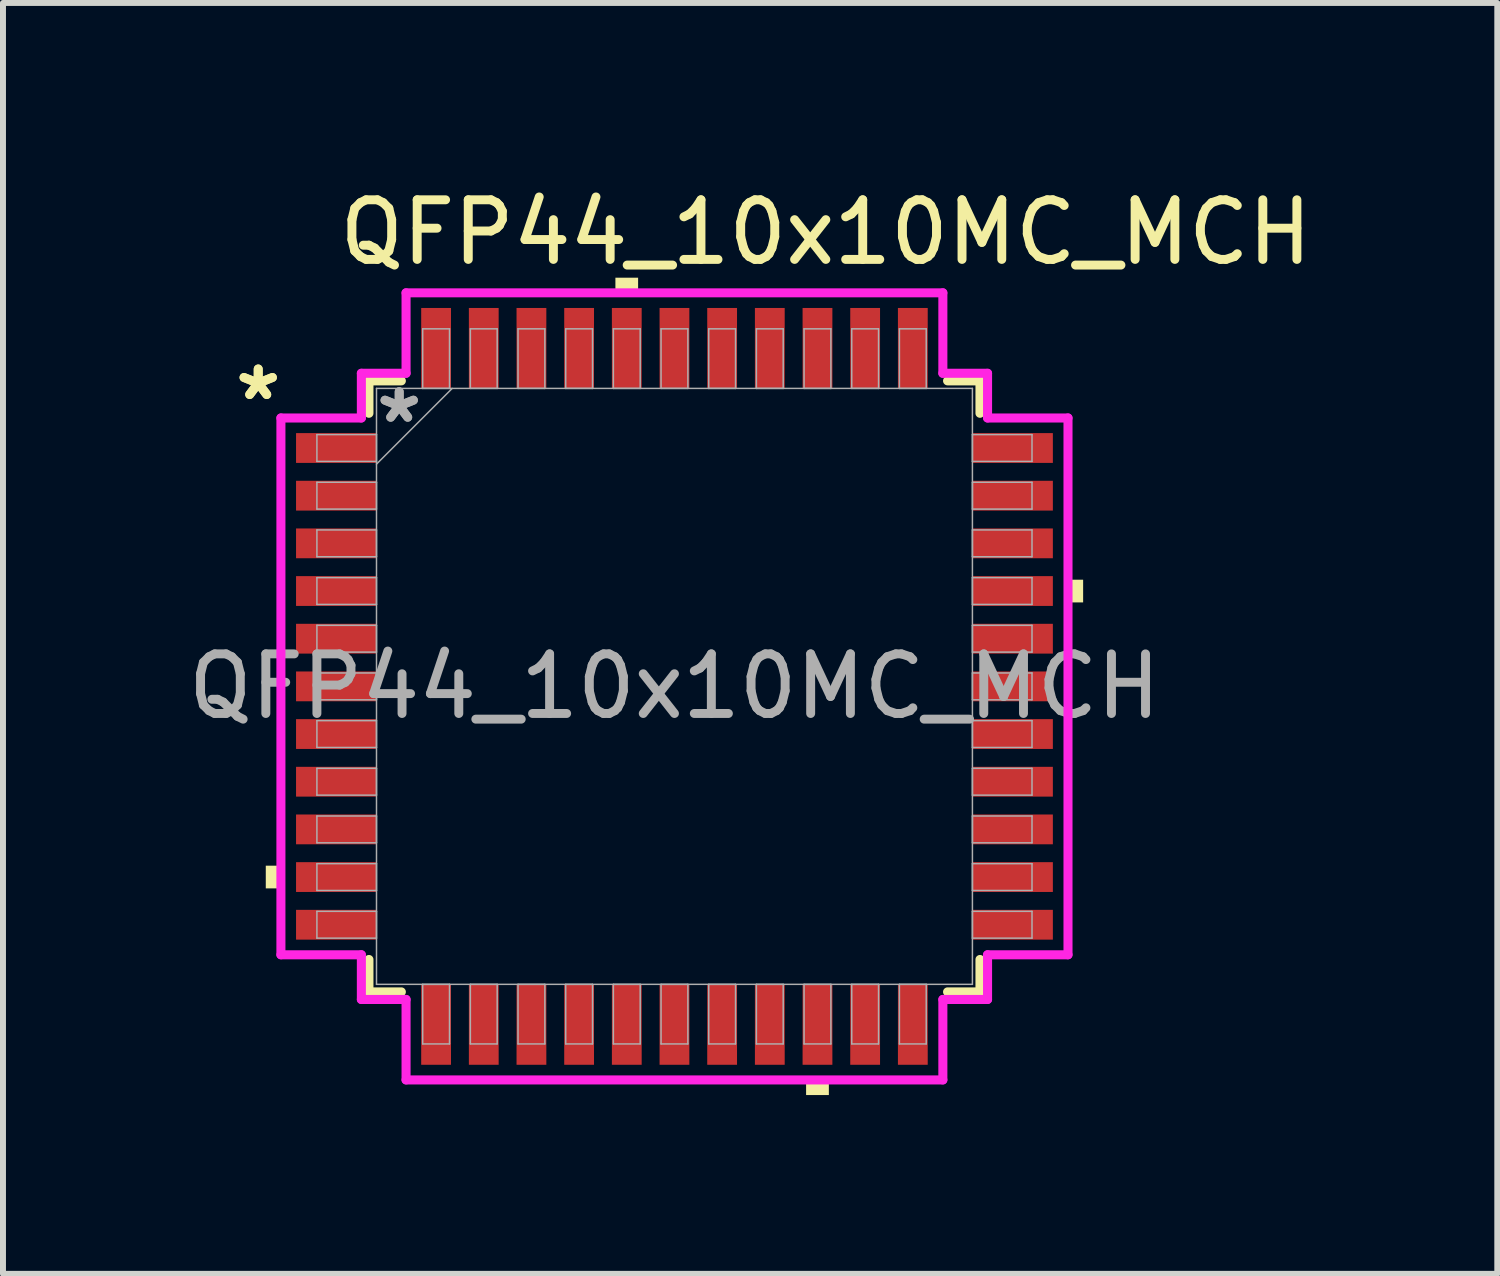
<source format=kicad_pcb>
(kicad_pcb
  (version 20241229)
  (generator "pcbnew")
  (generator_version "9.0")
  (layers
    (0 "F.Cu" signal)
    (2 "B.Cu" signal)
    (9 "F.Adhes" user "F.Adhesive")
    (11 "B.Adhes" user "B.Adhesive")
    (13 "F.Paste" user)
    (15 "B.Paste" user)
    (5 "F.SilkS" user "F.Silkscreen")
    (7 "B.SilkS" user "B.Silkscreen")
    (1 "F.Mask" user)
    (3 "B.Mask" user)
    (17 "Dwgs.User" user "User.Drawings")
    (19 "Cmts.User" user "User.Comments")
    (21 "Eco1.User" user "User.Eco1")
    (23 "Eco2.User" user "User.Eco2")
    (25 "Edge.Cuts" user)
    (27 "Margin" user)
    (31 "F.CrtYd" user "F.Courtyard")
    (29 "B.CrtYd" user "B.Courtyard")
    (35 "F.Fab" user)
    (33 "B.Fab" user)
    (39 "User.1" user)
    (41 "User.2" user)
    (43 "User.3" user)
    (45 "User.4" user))
  (footprint "QFP44_10x10MC_MCH"
    (layer "F.Cu")
    (at 8.268 8.468)
    (property "Reference" "QFP44_10x10MC_MCH" (at 2.54 -7.62 0) (unlocked yes) (layer "F.SilkS") (effects (font (size 1 1) (thickness 0.15))))
    (attr smd)
    (fp_line (start -5.127 -5.127) (end -5.127 -4.583) (stroke (width 0.152) (type solid)) (layer "F.SilkS"))
    (fp_line (start -5.127 4.583) (end -5.127 5.127) (stroke (width 0.152) (type solid)) (layer "F.SilkS"))
    (fp_line (start -5.127 5.127) (end -4.583 5.127) (stroke (width 0.152) (type solid)) (layer "F.SilkS"))
    (fp_line (start -4.583 -5.127) (end -5.127 -5.127) (stroke (width 0.152) (type solid)) (layer "F.SilkS"))
    (fp_line (start 4.583 5.127) (end 5.127 5.127) (stroke (width 0.152) (type solid)) (layer "F.SilkS"))
    (fp_line (start 5.127 -5.127) (end 4.583 -5.127) (stroke (width 0.152) (type solid)) (layer "F.SilkS"))
    (fp_line (start 5.127 -4.583) (end 5.127 -5.127) (stroke (width 0.152) (type solid)) (layer "F.SilkS"))
    (fp_line (start 5.127 5.127) (end 5.127 4.583) (stroke (width 0.152) (type solid)) (layer "F.SilkS"))
    (fp_poly (pts (xy -6.858 3.009) (xy -6.858 3.39) (xy -6.604 3.39) (xy -6.604 3.009)) (stroke (width 0) (type solid)) (fill yes) (layer "F.SilkS"))
    (fp_poly (pts (xy -0.991 -6.604) (xy -0.991 -6.858) (xy -0.61 -6.858) (xy -0.61 -6.604)) (stroke (width 0) (type solid)) (fill yes) (layer "F.SilkS"))
    (fp_poly (pts (xy 2.209 6.604) (xy 2.209 6.858) (xy 2.591 6.858) (xy 2.591 6.604)) (stroke (width 0) (type solid)) (fill yes) (layer "F.SilkS"))
    (fp_poly (pts (xy 6.858 -1.79) (xy 6.858 -1.409) (xy 6.604 -1.409) (xy 6.604 -1.79)) (stroke (width 0) (type solid)) (fill yes) (layer "F.SilkS"))
    (fp_line (start -6.604 -4.504) (end -5.254 -4.504) (stroke (width 0.152) (type solid)) (layer "F.CrtYd"))
    (fp_line (start -6.604 4.504) (end -6.604 -4.504) (stroke (width 0.152) (type solid)) (layer "F.CrtYd"))
    (fp_line (start -5.254 -5.254) (end -4.504 -5.254) (stroke (width 0.152) (type solid)) (layer "F.CrtYd"))
    (fp_line (start -5.254 -4.504) (end -5.254 -5.254) (stroke (width 0.152) (type solid)) (layer "F.CrtYd"))
    (fp_line (start -5.254 4.504) (end -6.604 4.504) (stroke (width 0.152) (type solid)) (layer "F.CrtYd"))
    (fp_line (start -5.254 5.254) (end -5.254 4.504) (stroke (width 0.152) (type solid)) (layer "F.CrtYd"))
    (fp_line (start -5.254 5.254) (end -4.504 5.254) (stroke (width 0.152) (type solid)) (layer "F.CrtYd"))
    (fp_line (start -4.504 -6.604) (end 4.504 -6.604) (stroke (width 0.152) (type solid)) (layer "F.CrtYd"))
    (fp_line (start -4.504 -5.254) (end -4.504 -6.604) (stroke (width 0.152) (type solid)) (layer "F.CrtYd"))
    (fp_line (start -4.504 5.254) (end -4.504 6.604) (stroke (width 0.152) (type solid)) (layer "F.CrtYd"))
    (fp_line (start -4.504 6.604) (end 4.504 6.604) (stroke (width 0.152) (type solid)) (layer "F.CrtYd"))
    (fp_line (start 4.504 -6.604) (end 4.504 -5.254) (stroke (width 0.152) (type solid)) (layer "F.CrtYd"))
    (fp_line (start 4.504 -5.254) (end 5.254 -5.254) (stroke (width 0.152) (type solid)) (layer "F.CrtYd"))
    (fp_line (start 4.504 5.254) (end 5.254 5.254) (stroke (width 0.152) (type solid)) (layer "F.CrtYd"))
    (fp_line (start 4.504 6.604) (end 4.504 5.254) (stroke (width 0.152) (type solid)) (layer "F.CrtYd"))
    (fp_line (start 5.254 -4.504) (end 5.254 -5.254) (stroke (width 0.152) (type solid)) (layer "F.CrtYd"))
    (fp_line (start 5.254 4.504) (end 6.604 4.504) (stroke (width 0.152) (type solid)) (layer "F.CrtYd"))
    (fp_line (start 5.254 5.254) (end 5.254 4.504) (stroke (width 0.152) (type solid)) (layer "F.CrtYd"))
    (fp_line (start 6.604 -4.504) (end 5.254 -4.504) (stroke (width 0.152) (type solid)) (layer "F.CrtYd"))
    (fp_line (start 6.604 4.504) (end 6.604 -4.504) (stroke (width 0.152) (type solid)) (layer "F.CrtYd"))
    (fp_line (start -6 -4.225) (end -6 -3.775) (stroke (width 0.025) (type solid)) (layer "F.Fab"))
    (fp_line (start -6 -3.775) (end -5 -3.775) (stroke (width 0.025) (type solid)) (layer "F.Fab"))
    (fp_line (start -6 -3.425) (end -6 -2.975) (stroke (width 0.025) (type solid)) (layer "F.Fab"))
    (fp_line (start -6 -2.975) (end -5 -2.975) (stroke (width 0.025) (type solid)) (layer "F.Fab"))
    (fp_line (start -6 -2.625) (end -6 -2.175) (stroke (width 0.025) (type solid)) (layer "F.Fab"))
    (fp_line (start -6 -2.175) (end -5 -2.175) (stroke (width 0.025) (type solid)) (layer "F.Fab"))
    (fp_line (start -6 -1.825) (end -6 -1.375) (stroke (width 0.025) (type solid)) (layer "F.Fab"))
    (fp_line (start -6 -1.375) (end -5 -1.375) (stroke (width 0.025) (type solid)) (layer "F.Fab"))
    (fp_line (start -6 -1.025) (end -6 -0.575) (stroke (width 0.025) (type solid)) (layer "F.Fab"))
    (fp_line (start -6 -0.575) (end -5 -0.575) (stroke (width 0.025) (type solid)) (layer "F.Fab"))
    (fp_line (start -6 -0.225) (end -6 0.225) (stroke (width 0.025) (type solid)) (layer "F.Fab"))
    (fp_line (start -6 0.225) (end -5 0.225) (stroke (width 0.025) (type solid)) (layer "F.Fab"))
    (fp_line (start -6 0.575) (end -6 1.025) (stroke (width 0.025) (type solid)) (layer "F.Fab"))
    (fp_line (start -6 1.025) (end -5 1.025) (stroke (width 0.025) (type solid)) (layer "F.Fab"))
    (fp_line (start -6 1.375) (end -6 1.825) (stroke (width 0.025) (type solid)) (layer "F.Fab"))
    (fp_line (start -6 1.825) (end -5 1.825) (stroke (width 0.025) (type solid)) (layer "F.Fab"))
    (fp_line (start -6 2.175) (end -6 2.625) (stroke (width 0.025) (type solid)) (layer "F.Fab"))
    (fp_line (start -6 2.625) (end -5 2.625) (stroke (width 0.025) (type solid)) (layer "F.Fab"))
    (fp_line (start -6 2.975) (end -6 3.425) (stroke (width 0.025) (type solid)) (layer "F.Fab"))
    (fp_line (start -6 3.425) (end -5 3.425) (stroke (width 0.025) (type solid)) (layer "F.Fab"))
    (fp_line (start -6 3.775) (end -6 4.225) (stroke (width 0.025) (type solid)) (layer "F.Fab"))
    (fp_line (start -6 4.225) (end -5 4.225) (stroke (width 0.025) (type solid)) (layer "F.Fab"))
    (fp_line (start -5 -5) (end -5 5) (stroke (width 0.025) (type solid)) (layer "F.Fab"))
    (fp_line (start -5 -4.225) (end -6 -4.225) (stroke (width 0.025) (type solid)) (layer "F.Fab"))
    (fp_line (start -5 -3.775) (end -5 -4.225) (stroke (width 0.025) (type solid)) (layer "F.Fab"))
    (fp_line (start -5 -3.73) (end -3.73 -5) (stroke (width 0.025) (type solid)) (layer "F.Fab"))
    (fp_line (start -5 -3.425) (end -6 -3.425) (stroke (width 0.025) (type solid)) (layer "F.Fab"))
    (fp_line (start -5 -2.975) (end -5 -3.425) (stroke (width 0.025) (type solid)) (layer "F.Fab"))
    (fp_line (start -5 -2.625) (end -6 -2.625) (stroke (width 0.025) (type solid)) (layer "F.Fab"))
    (fp_line (start -5 -2.175) (end -5 -2.625) (stroke (width 0.025) (type solid)) (layer "F.Fab"))
    (fp_line (start -5 -1.825) (end -6 -1.825) (stroke (width 0.025) (type solid)) (layer "F.Fab"))
    (fp_line (start -5 -1.375) (end -5 -1.825) (stroke (width 0.025) (type solid)) (layer "F.Fab"))
    (fp_line (start -5 -1.025) (end -6 -1.025) (stroke (width 0.025) (type solid)) (layer "F.Fab"))
    (fp_line (start -5 -0.575) (end -5 -1.025) (stroke (width 0.025) (type solid)) (layer "F.Fab"))
    (fp_line (start -5 -0.225) (end -6 -0.225) (stroke (width 0.025) (type solid)) (layer "F.Fab"))
    (fp_line (start -5 0.225) (end -5 -0.225) (stroke (width 0.025) (type solid)) (layer "F.Fab"))
    (fp_line (start -5 0.575) (end -6 0.575) (stroke (width 0.025) (type solid)) (layer "F.Fab"))
    (fp_line (start -5 1.025) (end -5 0.575) (stroke (width 0.025) (type solid)) (layer "F.Fab"))
    (fp_line (start -5 1.375) (end -6 1.375) (stroke (width 0.025) (type solid)) (layer "F.Fab"))
    (fp_line (start -5 1.825) (end -5 1.375) (stroke (width 0.025) (type solid)) (layer "F.Fab"))
    (fp_line (start -5 2.175) (end -6 2.175) (stroke (width 0.025) (type solid)) (layer "F.Fab"))
    (fp_line (start -5 2.625) (end -5 2.175) (stroke (width 0.025) (type solid)) (layer "F.Fab"))
    (fp_line (start -5 2.975) (end -6 2.975) (stroke (width 0.025) (type solid)) (layer "F.Fab"))
    (fp_line (start -5 3.425) (end -5 2.975) (stroke (width 0.025) (type solid)) (layer "F.Fab"))
    (fp_line (start -5 3.775) (end -6 3.775) (stroke (width 0.025) (type solid)) (layer "F.Fab"))
    (fp_line (start -5 4.225) (end -5 3.775) (stroke (width 0.025) (type solid)) (layer "F.Fab"))
    (fp_line (start -5 5) (end 5 5) (stroke (width 0.025) (type solid)) (layer "F.Fab"))
    (fp_line (start -4.225 5) (end -4.225 6) (stroke (width 0.025) (type solid)) (layer "F.Fab"))
    (fp_line (start -4.225 6) (end -3.775 6) (stroke (width 0.025) (type solid)) (layer "F.Fab"))
    (fp_line (start -4.225 -6) (end -4.225 -5) (stroke (width 0.025) (type solid)) (layer "F.Fab"))
    (fp_line (start -4.225 -5) (end -3.775 -5) (stroke (width 0.025) (type solid)) (layer "F.Fab"))
    (fp_line (start -3.775 5) (end -4.225 5) (stroke (width 0.025) (type solid)) (layer "F.Fab"))
    (fp_line (start -3.775 6) (end -3.775 5) (stroke (width 0.025) (type solid)) (layer "F.Fab"))
    (fp_line (start -3.775 -6) (end -4.225 -6) (stroke (width 0.025) (type solid)) (layer "F.Fab"))
    (fp_line (start -3.775 -5) (end -3.775 -6) (stroke (width 0.025) (type solid)) (layer "F.Fab"))
    (fp_line (start -3.425 -6) (end -3.425 -5) (stroke (width 0.025) (type solid)) (layer "F.Fab"))
    (fp_line (start -3.425 -5) (end -2.975 -5) (stroke (width 0.025) (type solid)) (layer "F.Fab"))
    (fp_line (start -3.425 5) (end -3.425 6) (stroke (width 0.025) (type solid)) (layer "F.Fab"))
    (fp_line (start -3.425 6) (end -2.975 6) (stroke (width 0.025) (type solid)) (layer "F.Fab"))
    (fp_line (start -2.975 5) (end -3.425 5) (stroke (width 0.025) (type solid)) (layer "F.Fab"))
    (fp_line (start -2.975 6) (end -2.975 5) (stroke (width 0.025) (type solid)) (layer "F.Fab"))
    (fp_line (start -2.975 -6) (end -3.425 -6) (stroke (width 0.025) (type solid)) (layer "F.Fab"))
    (fp_line (start -2.975 -5) (end -2.975 -6) (stroke (width 0.025) (type solid)) (layer "F.Fab"))
    (fp_line (start -2.625 -6) (end -2.625 -5) (stroke (width 0.025) (type solid)) (layer "F.Fab"))
    (fp_line (start -2.625 -5) (end -2.175 -5) (stroke (width 0.025) (type solid)) (layer "F.Fab"))
    (fp_line (start -2.625 5) (end -2.625 6) (stroke (width 0.025) (type solid)) (layer "F.Fab"))
    (fp_line (start -2.625 6) (end -2.175 6) (stroke (width 0.025) (type solid)) (layer "F.Fab"))
    (fp_line (start -2.175 -6) (end -2.625 -6) (stroke (width 0.025) (type solid)) (layer "F.Fab"))
    (fp_line (start -2.175 -5) (end -2.175 -6) (stroke (width 0.025) (type solid)) (layer "F.Fab"))
    (fp_line (start -2.175 5) (end -2.625 5) (stroke (width 0.025) (type solid)) (layer "F.Fab"))
    (fp_line (start -2.175 6) (end -2.175 5) (stroke (width 0.025) (type solid)) (layer "F.Fab"))
    (fp_line (start -1.825 -6) (end -1.825 -5) (stroke (width 0.025) (type solid)) (layer "F.Fab"))
    (fp_line (start -1.825 -5) (end -1.375 -5) (stroke (width 0.025) (type solid)) (layer "F.Fab"))
    (fp_line (start -1.825 5) (end -1.825 6) (stroke (width 0.025) (type solid)) (layer "F.Fab"))
    (fp_line (start -1.825 6) (end -1.375 6) (stroke (width 0.025) (type solid)) (layer "F.Fab"))
    (fp_line (start -1.375 -6) (end -1.825 -6) (stroke (width 0.025) (type solid)) (layer "F.Fab"))
    (fp_line (start -1.375 -5) (end -1.375 -6) (stroke (width 0.025) (type solid)) (layer "F.Fab"))
    (fp_line (start -1.375 5) (end -1.825 5) (stroke (width 0.025) (type solid)) (layer "F.Fab"))
    (fp_line (start -1.375 6) (end -1.375 5) (stroke (width 0.025) (type solid)) (layer "F.Fab"))
    (fp_line (start -1.025 -6) (end -1.025 -5) (stroke (width 0.025) (type solid)) (layer "F.Fab"))
    (fp_line (start -1.025 -5) (end -0.575 -5) (stroke (width 0.025) (type solid)) (layer "F.Fab"))
    (fp_line (start -1.025 5) (end -1.025 6) (stroke (width 0.025) (type solid)) (layer "F.Fab"))
    (fp_line (start -1.025 6) (end -0.575 6) (stroke (width 0.025) (type solid)) (layer "F.Fab"))
    (fp_line (start -0.575 -6) (end -1.025 -6) (stroke (width 0.025) (type solid)) (layer "F.Fab"))
    (fp_line (start -0.575 -5) (end -0.575 -6) (stroke (width 0.025) (type solid)) (layer "F.Fab"))
    (fp_line (start -0.575 5) (end -1.025 5) (stroke (width 0.025) (type solid)) (layer "F.Fab"))
    (fp_line (start -0.575 6) (end -0.575 5) (stroke (width 0.025) (type solid)) (layer "F.Fab"))
    (fp_line (start -0.225 -6) (end -0.225 -5) (stroke (width 0.025) (type solid)) (layer "F.Fab"))
    (fp_line (start -0.225 -5) (end 0.225 -5) (stroke (width 0.025) (type solid)) (layer "F.Fab"))
    (fp_line (start -0.225 5) (end -0.225 6) (stroke (width 0.025) (type solid)) (layer "F.Fab"))
    (fp_line (start -0.225 6) (end 0.225 6) (stroke (width 0.025) (type solid)) (layer "F.Fab"))
    (fp_line (start 0.225 -6) (end -0.225 -6) (stroke (width 0.025) (type solid)) (layer "F.Fab"))
    (fp_line (start 0.225 -5) (end 0.225 -6) (stroke (width 0.025) (type solid)) (layer "F.Fab"))
    (fp_line (start 0.225 5) (end -0.225 5) (stroke (width 0.025) (type solid)) (layer "F.Fab"))
    (fp_line (start 0.225 6) (end 0.225 5) (stroke (width 0.025) (type solid)) (layer "F.Fab"))
    (fp_line (start 0.575 -6) (end 0.575 -5) (stroke (width 0.025) (type solid)) (layer "F.Fab"))
    (fp_line (start 0.575 -5) (end 1.025 -5) (stroke (width 0.025) (type solid)) (layer "F.Fab"))
    (fp_line (start 0.575 5) (end 0.575 6) (stroke (width 0.025) (type solid)) (layer "F.Fab"))
    (fp_line (start 0.575 6) (end 1.025 6) (stroke (width 0.025) (type solid)) (layer "F.Fab"))
    (fp_line (start 1.025 -6) (end 0.575 -6) (stroke (width 0.025) (type solid)) (layer "F.Fab"))
    (fp_line (start 1.025 -5) (end 1.025 -6) (stroke (width 0.025) (type solid)) (layer "F.Fab"))
    (fp_line (start 1.025 5) (end 0.575 5) (stroke (width 0.025) (type solid)) (layer "F.Fab"))
    (fp_line (start 1.025 6) (end 1.025 5) (stroke (width 0.025) (type solid)) (layer "F.Fab"))
    (fp_line (start 1.375 -6) (end 1.375 -5) (stroke (width 0.025) (type solid)) (layer "F.Fab"))
    (fp_line (start 1.375 -5) (end 1.825 -5) (stroke (width 0.025) (type solid)) (layer "F.Fab"))
    (fp_line (start 1.375 5) (end 1.375 6) (stroke (width 0.025) (type solid)) (layer "F.Fab"))
    (fp_line (start 1.375 6) (end 1.825 6) (stroke (width 0.025) (type solid)) (layer "F.Fab"))
    (fp_line (start 1.825 -6) (end 1.375 -6) (stroke (width 0.025) (type solid)) (layer "F.Fab"))
    (fp_line (start 1.825 -5) (end 1.825 -6) (stroke (width 0.025) (type solid)) (layer "F.Fab"))
    (fp_line (start 1.825 5) (end 1.375 5) (stroke (width 0.025) (type solid)) (layer "F.Fab"))
    (fp_line (start 1.825 6) (end 1.825 5) (stroke (width 0.025) (type solid)) (layer "F.Fab"))
    (fp_line (start 2.175 -6) (end 2.175 -5) (stroke (width 0.025) (type solid)) (layer "F.Fab"))
    (fp_line (start 2.175 -5) (end 2.625 -5) (stroke (width 0.025) (type solid)) (layer "F.Fab"))
    (fp_line (start 2.175 5) (end 2.175 6) (stroke (width 0.025) (type solid)) (layer "F.Fab"))
    (fp_line (start 2.175 6) (end 2.625 6) (stroke (width 0.025) (type solid)) (layer "F.Fab"))
    (fp_line (start 2.625 -6) (end 2.175 -6) (stroke (width 0.025) (type solid)) (layer "F.Fab"))
    (fp_line (start 2.625 -5) (end 2.625 -6) (stroke (width 0.025) (type solid)) (layer "F.Fab"))
    (fp_line (start 2.625 5) (end 2.175 5) (stroke (width 0.025) (type solid)) (layer "F.Fab"))
    (fp_line (start 2.625 6) (end 2.625 5) (stroke (width 0.025) (type solid)) (layer "F.Fab"))
    (fp_line (start 2.975 5) (end 2.975 6) (stroke (width 0.025) (type solid)) (layer "F.Fab"))
    (fp_line (start 2.975 6) (end 3.425 6) (stroke (width 0.025) (type solid)) (layer "F.Fab"))
    (fp_line (start 2.975 -6) (end 2.975 -5) (stroke (width 0.025) (type solid)) (layer "F.Fab"))
    (fp_line (start 2.975 -5) (end 3.425 -5) (stroke (width 0.025) (type solid)) (layer "F.Fab"))
    (fp_line (start 3.425 -6) (end 2.975 -6) (stroke (width 0.025) (type solid)) (layer "F.Fab"))
    (fp_line (start 3.425 -5) (end 3.425 -6) (stroke (width 0.025) (type solid)) (layer "F.Fab"))
    (fp_line (start 3.425 5) (end 2.975 5) (stroke (width 0.025) (type solid)) (layer "F.Fab"))
    (fp_line (start 3.425 6) (end 3.425 5) (stroke (width 0.025) (type solid)) (layer "F.Fab"))
    (fp_line (start 3.775 5) (end 3.775 6) (stroke (width 0.025) (type solid)) (layer "F.Fab"))
    (fp_line (start 3.775 6) (end 4.225 6) (stroke (width 0.025) (type solid)) (layer "F.Fab"))
    (fp_line (start 3.775 -6) (end 3.775 -5) (stroke (width 0.025) (type solid)) (layer "F.Fab"))
    (fp_line (start 3.775 -5) (end 4.225 -5) (stroke (width 0.025) (type solid)) (layer "F.Fab"))
    (fp_line (start 4.225 5) (end 3.775 5) (stroke (width 0.025) (type solid)) (layer "F.Fab"))
    (fp_line (start 4.225 6) (end 4.225 5) (stroke (width 0.025) (type solid)) (layer "F.Fab"))
    (fp_line (start 4.225 -6) (end 3.775 -6) (stroke (width 0.025) (type solid)) (layer "F.Fab"))
    (fp_line (start 4.225 -5) (end 4.225 -6) (stroke (width 0.025) (type solid)) (layer "F.Fab"))
    (fp_line (start 5 -5) (end -5 -5) (stroke (width 0.025) (type solid)) (layer "F.Fab"))
    (fp_line (start 5 -4.225) (end 5 -3.775) (stroke (width 0.025) (type solid)) (layer "F.Fab"))
    (fp_line (start 5 -3.775) (end 6 -3.775) (stroke (width 0.025) (type solid)) (layer "F.Fab"))
    (fp_line (start 5 -3.425) (end 5 -2.975) (stroke (width 0.025) (type solid)) (layer "F.Fab"))
    (fp_line (start 5 -2.975) (end 6 -2.975) (stroke (width 0.025) (type solid)) (layer "F.Fab"))
    (fp_line (start 5 -2.625) (end 5 -2.175) (stroke (width 0.025) (type solid)) (layer "F.Fab"))
    (fp_line (start 5 -2.175) (end 6 -2.175) (stroke (width 0.025) (type solid)) (layer "F.Fab"))
    (fp_line (start 5 -1.825) (end 5 -1.375) (stroke (width 0.025) (type solid)) (layer "F.Fab"))
    (fp_line (start 5 -1.375) (end 6 -1.375) (stroke (width 0.025) (type solid)) (layer "F.Fab"))
    (fp_line (start 5 -1.025) (end 5 -0.575) (stroke (width 0.025) (type solid)) (layer "F.Fab"))
    (fp_line (start 5 -0.575) (end 6 -0.575) (stroke (width 0.025) (type solid)) (layer "F.Fab"))
    (fp_line (start 5 -0.225) (end 5 0.225) (stroke (width 0.025) (type solid)) (layer "F.Fab"))
    (fp_line (start 5 0.225) (end 6 0.225) (stroke (width 0.025) (type solid)) (layer "F.Fab"))
    (fp_line (start 5 0.575) (end 5 1.025) (stroke (width 0.025) (type solid)) (layer "F.Fab"))
    (fp_line (start 5 1.025) (end 6 1.025) (stroke (width 0.025) (type solid)) (layer "F.Fab"))
    (fp_line (start 5 1.375) (end 5 1.825) (stroke (width 0.025) (type solid)) (layer "F.Fab"))
    (fp_line (start 5 1.825) (end 6 1.825) (stroke (width 0.025) (type solid)) (layer "F.Fab"))
    (fp_line (start 5 2.175) (end 5 2.625) (stroke (width 0.025) (type solid)) (layer "F.Fab"))
    (fp_line (start 5 2.625) (end 6 2.625) (stroke (width 0.025) (type solid)) (layer "F.Fab"))
    (fp_line (start 5 2.975) (end 5 3.425) (stroke (width 0.025) (type solid)) (layer "F.Fab"))
    (fp_line (start 5 3.425) (end 6 3.425) (stroke (width 0.025) (type solid)) (layer "F.Fab"))
    (fp_line (start 5 3.775) (end 5 4.225) (stroke (width 0.025) (type solid)) (layer "F.Fab"))
    (fp_line (start 5 4.225) (end 6 4.225) (stroke (width 0.025) (type solid)) (layer "F.Fab"))
    (fp_line (start 5 5) (end 5 -5) (stroke (width 0.025) (type solid)) (layer "F.Fab"))
    (fp_line (start 6 -4.225) (end 5 -4.225) (stroke (width 0.025) (type solid)) (layer "F.Fab"))
    (fp_line (start 6 -3.775) (end 6 -4.225) (stroke (width 0.025) (type solid)) (layer "F.Fab"))
    (fp_line (start 6 -3.425) (end 5 -3.425) (stroke (width 0.025) (type solid)) (layer "F.Fab"))
    (fp_line (start 6 -2.975) (end 6 -3.425) (stroke (width 0.025) (type solid)) (layer "F.Fab"))
    (fp_line (start 6 -2.625) (end 5 -2.625) (stroke (width 0.025) (type solid)) (layer "F.Fab"))
    (fp_line (start 6 -2.175) (end 6 -2.625) (stroke (width 0.025) (type solid)) (layer "F.Fab"))
    (fp_line (start 6 -1.825) (end 5 -1.825) (stroke (width 0.025) (type solid)) (layer "F.Fab"))
    (fp_line (start 6 -1.375) (end 6 -1.825) (stroke (width 0.025) (type solid)) (layer "F.Fab"))
    (fp_line (start 6 -1.025) (end 5 -1.025) (stroke (width 0.025) (type solid)) (layer "F.Fab"))
    (fp_line (start 6 -0.575) (end 6 -1.025) (stroke (width 0.025) (type solid)) (layer "F.Fab"))
    (fp_line (start 6 -0.225) (end 5 -0.225) (stroke (width 0.025) (type solid)) (layer "F.Fab"))
    (fp_line (start 6 0.225) (end 6 -0.225) (stroke (width 0.025) (type solid)) (layer "F.Fab"))
    (fp_line (start 6 0.575) (end 5 0.575) (stroke (width 0.025) (type solid)) (layer "F.Fab"))
    (fp_line (start 6 1.025) (end 6 0.575) (stroke (width 0.025) (type solid)) (layer "F.Fab"))
    (fp_line (start 6 1.375) (end 5 1.375) (stroke (width 0.025) (type solid)) (layer "F.Fab"))
    (fp_line (start 6 1.825) (end 6 1.375) (stroke (width 0.025) (type solid)) (layer "F.Fab"))
    (fp_line (start 6 2.175) (end 5 2.175) (stroke (width 0.025) (type solid)) (layer "F.Fab"))
    (fp_line (start 6 2.625) (end 6 2.175) (stroke (width 0.025) (type solid)) (layer "F.Fab"))
    (fp_line (start 6 2.975) (end 5 2.975) (stroke (width 0.025) (type solid)) (layer "F.Fab"))
    (fp_line (start 6 3.425) (end 6 2.975) (stroke (width 0.025) (type solid)) (layer "F.Fab"))
    (fp_line (start 6 3.775) (end 5 3.775) (stroke (width 0.025) (type solid)) (layer "F.Fab"))
    (fp_line (start 6 4.225) (end 6 3.775) (stroke (width 0.025) (type solid)) (layer "F.Fab"))
    (fp_text user "*" (at -6.985 -4.781 0) (unlocked yes) (layer "F.SilkS") (effects (font (size 1 1) (thickness 0.15))))
    (fp_text user "*" (at -6.985 -4.781 0) (layer "F.SilkS") (effects (font (size 1 1) (thickness 0.15))))
    (fp_text user "${REFERENCE}" (at 0 0 0) (unlocked yes) (layer "F.Fab") (effects (font (size 1 1) (thickness 0.15))))
    (fp_text user "*" (at -4.619 -4.4 0) (layer "F.Fab") (effects (font (size 1 1) (thickness 0.15))))
    (fp_text user "*" (at -4.619 -4.4 0) (unlocked yes) (layer "F.Fab") (effects (font (size 1 1) (thickness 0.15))))
    (pad "1" smd rect (at -5.675 -4 90) (size 0.5 1.35) (layers "F.Cu" "F.Mask" "F.Paste"))
    (pad "2" smd rect (at -5.675 -3.2 90) (size 0.5 1.35) (layers "F.Cu" "F.Mask" "F.Paste"))
    (pad "3" smd rect (at -5.675 -2.4 90) (size 0.5 1.35) (layers "F.Cu" "F.Mask" "F.Paste"))
    (pad "4" smd rect (at -5.675 -1.6 90) (size 0.5 1.35) (layers "F.Cu" "F.Mask" "F.Paste"))
    (pad "5" smd rect (at -5.675 -0.8 90) (size 0.5 1.35) (layers "F.Cu" "F.Mask" "F.Paste"))
    (pad "6" smd rect (at -5.675 0 90) (size 0.5 1.35) (layers "F.Cu" "F.Mask" "F.Paste"))
    (pad "7" smd rect (at -5.675 0.8 90) (size 0.5 1.35) (layers "F.Cu" "F.Mask" "F.Paste"))
    (pad "8" smd rect (at -5.675 1.6 90) (size 0.5 1.35) (layers "F.Cu" "F.Mask" "F.Paste"))
    (pad "9" smd rect (at -5.675 2.4 90) (size 0.5 1.35) (layers "F.Cu" "F.Mask" "F.Paste"))
    (pad "10" smd rect (at -5.675 3.2 90) (size 0.5 1.35) (layers "F.Cu" "F.Mask" "F.Paste"))
    (pad "11" smd rect (at -5.675 4 90) (size 0.5 1.35) (layers "F.Cu" "F.Mask" "F.Paste"))
    (pad "12" smd rect (at -4 5.675) (size 0.5 1.35) (layers "F.Cu" "F.Mask" "F.Paste"))
    (pad "13" smd rect (at -3.2 5.675) (size 0.5 1.35) (layers "F.Cu" "F.Mask" "F.Paste"))
    (pad "14" smd rect (at -2.4 5.675) (size 0.5 1.35) (layers "F.Cu" "F.Mask" "F.Paste"))
    (pad "15" smd rect (at -1.6 5.675) (size 0.5 1.35) (layers "F.Cu" "F.Mask" "F.Paste"))
    (pad "16" smd rect (at -0.8 5.675) (size 0.5 1.35) (layers "F.Cu" "F.Mask" "F.Paste"))
    (pad "17" smd rect (at 0 5.675) (size 0.5 1.35) (layers "F.Cu" "F.Mask" "F.Paste"))
    (pad "18" smd rect (at 0.8 5.675) (size 0.5 1.35) (layers "F.Cu" "F.Mask" "F.Paste"))
    (pad "19" smd rect (at 1.6 5.675) (size 0.5 1.35) (layers "F.Cu" "F.Mask" "F.Paste"))
    (pad "20" smd rect (at 2.4 5.675) (size 0.5 1.35) (layers "F.Cu" "F.Mask" "F.Paste"))
    (pad "21" smd rect (at 3.2 5.675) (size 0.5 1.35) (layers "F.Cu" "F.Mask" "F.Paste"))
    (pad "22" smd rect (at 4 5.675) (size 0.5 1.35) (layers "F.Cu" "F.Mask" "F.Paste"))
    (pad "23" smd rect (at 5.675 4 90) (size 0.5 1.35) (layers "F.Cu" "F.Mask" "F.Paste"))
    (pad "24" smd rect (at 5.675 3.2 90) (size 0.5 1.35) (layers "F.Cu" "F.Mask" "F.Paste"))
    (pad "25" smd rect (at 5.675 2.4 90) (size 0.5 1.35) (layers "F.Cu" "F.Mask" "F.Paste"))
    (pad "26" smd rect (at 5.675 1.6 90) (size 0.5 1.35) (layers "F.Cu" "F.Mask" "F.Paste"))
    (pad "27" smd rect (at 5.675 0.8 90) (size 0.5 1.35) (layers "F.Cu" "F.Mask" "F.Paste"))
    (pad "28" smd rect (at 5.675 0 90) (size 0.5 1.35) (layers "F.Cu" "F.Mask" "F.Paste"))
    (pad "29" smd rect (at 5.675 -0.8 90) (size 0.5 1.35) (layers "F.Cu" "F.Mask" "F.Paste"))
    (pad "30" smd rect (at 5.675 -1.6 90) (size 0.5 1.35) (layers "F.Cu" "F.Mask" "F.Paste"))
    (pad "31" smd rect (at 5.675 -2.4 90) (size 0.5 1.35) (layers "F.Cu" "F.Mask" "F.Paste"))
    (pad "32" smd rect (at 5.675 -3.2 90) (size 0.5 1.35) (layers "F.Cu" "F.Mask" "F.Paste"))
    (pad "33" smd rect (at 5.675 -4 90) (size 0.5 1.35) (layers "F.Cu" "F.Mask" "F.Paste"))
    (pad "34" smd rect (at 4 -5.675) (size 0.5 1.35) (layers "F.Cu" "F.Mask" "F.Paste"))
    (pad "35" smd rect (at 3.2 -5.675) (size 0.5 1.35) (layers "F.Cu" "F.Mask" "F.Paste"))
    (pad "36" smd rect (at 2.4 -5.675) (size 0.5 1.35) (layers "F.Cu" "F.Mask" "F.Paste"))
    (pad "37" smd rect (at 1.6 -5.675) (size 0.5 1.35) (layers "F.Cu" "F.Mask" "F.Paste"))
    (pad "38" smd rect (at 0.8 -5.675) (size 0.5 1.35) (layers "F.Cu" "F.Mask" "F.Paste"))
    (pad "39" smd rect (at 0 -5.675) (size 0.5 1.35) (layers "F.Cu" "F.Mask" "F.Paste"))
    (pad "40" smd rect (at -0.8 -5.675) (size 0.5 1.35) (layers "F.Cu" "F.Mask" "F.Paste"))
    (pad "41" smd rect (at -1.6 -5.675) (size 0.5 1.35) (layers "F.Cu" "F.Mask" "F.Paste"))
    (pad "42" smd rect (at -2.4 -5.675) (size 0.5 1.35) (layers "F.Cu" "F.Mask" "F.Paste"))
    (pad "43" smd rect (at -3.2 -5.675) (size 0.5 1.35) (layers "F.Cu" "F.Mask" "F.Paste"))
    (pad "44" smd rect (at -4 -5.675) (size 0.5 1.35) (layers "F.Cu" "F.Mask" "F.Paste")))
  (gr_rect
    (start -3 -3)
    (end 22.076 18.326)
    (stroke (width 0.1) (type default))
    (fill no)
    (layer "Edge.Cuts")))
</source>
